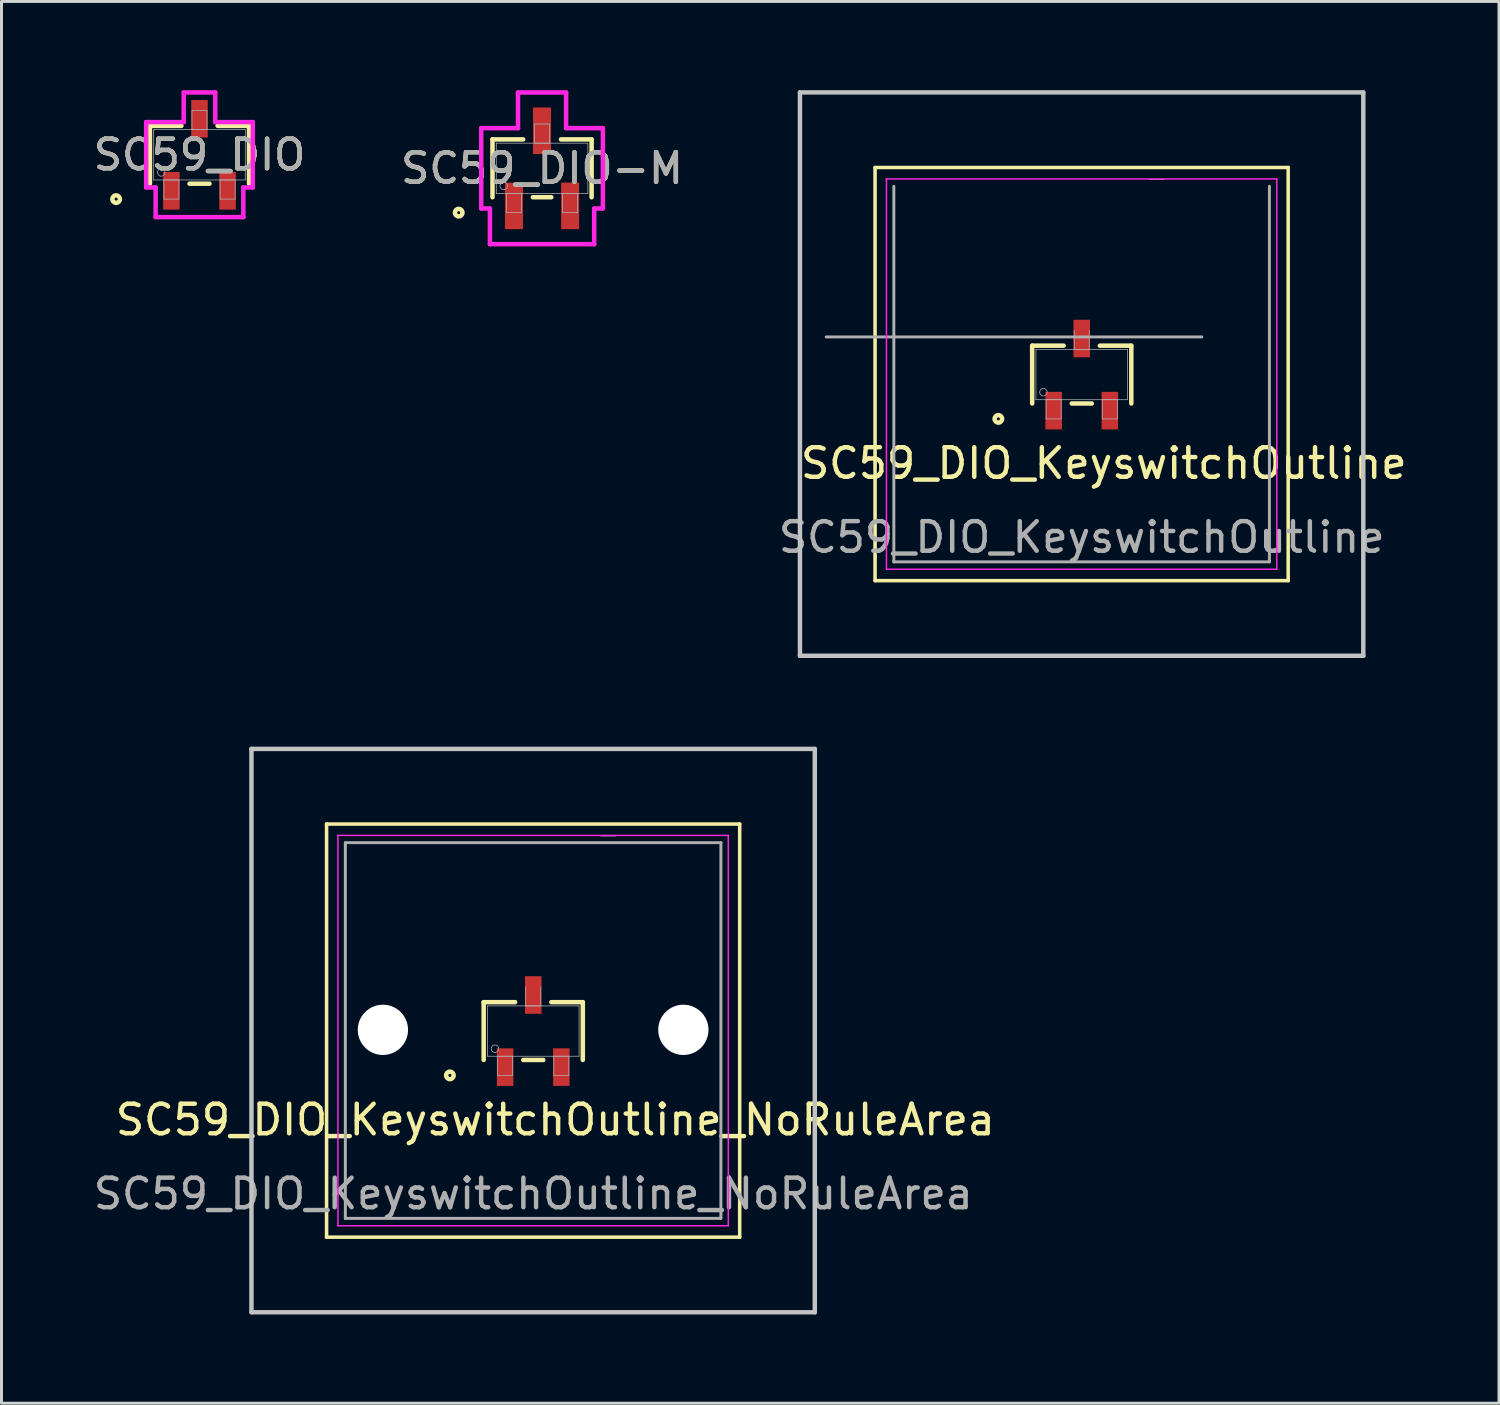
<source format=kicad_pcb>
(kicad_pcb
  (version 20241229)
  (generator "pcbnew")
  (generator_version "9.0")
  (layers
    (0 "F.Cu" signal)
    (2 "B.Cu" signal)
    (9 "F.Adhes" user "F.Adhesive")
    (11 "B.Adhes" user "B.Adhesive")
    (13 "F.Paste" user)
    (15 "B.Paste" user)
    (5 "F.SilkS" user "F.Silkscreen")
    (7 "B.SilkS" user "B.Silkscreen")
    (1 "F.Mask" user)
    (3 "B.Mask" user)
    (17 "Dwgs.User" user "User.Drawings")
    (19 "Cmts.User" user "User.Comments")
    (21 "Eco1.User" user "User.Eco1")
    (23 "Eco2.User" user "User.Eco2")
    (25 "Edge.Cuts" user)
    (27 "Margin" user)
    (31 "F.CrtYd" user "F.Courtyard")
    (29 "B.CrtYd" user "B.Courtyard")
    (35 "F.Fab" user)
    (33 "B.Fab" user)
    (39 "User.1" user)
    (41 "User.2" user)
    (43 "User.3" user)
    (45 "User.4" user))
  (footprint "SC59_DIO"
    (layer "F.Cu")
    (at 3.696 2.184)
    (property "Reference" "SC59_DIO" (at 0 0 0) (unlocked yes) (layer "F.SilkS") (effects (font (size 1 1) (thickness 0.15))))
    (attr smd)
    (fp_line (start -1.676 -0.978) (end -1.676 0.978) (stroke (width 0.152) (type solid)) (layer "F.SilkS"))
    (fp_line (start -0.612 -0.978) (end -1.676 -0.978) (stroke (width 0.152) (type solid)) (layer "F.SilkS"))
    (fp_line (start -0.338 0.978) (end 0.338 0.978) (stroke (width 0.152) (type solid)) (layer "F.SilkS"))
    (fp_line (start 1.676 -0.978) (end 0.612 -0.978) (stroke (width 0.152) (type solid)) (layer "F.SilkS"))
    (fp_line (start 1.676 0.978) (end 1.676 -0.978) (stroke (width 0.152) (type solid)) (layer "F.SilkS"))
    (fp_circle (center -2.819 1.499) (end -2.692 1.499) (stroke (width 0.152) (type solid)) (fill no) (layer "F.SilkS"))
    (fp_line (start -1.803 -1.105) (end -0.533 -1.105) (stroke (width 0.152) (type solid)) (layer "F.CrtYd"))
    (fp_line (start -1.803 1.105) (end -1.803 -1.105) (stroke (width 0.152) (type solid)) (layer "F.CrtYd"))
    (fp_line (start -1.803 1.105) (end -1.483 1.105) (stroke (width 0.152) (type solid)) (layer "F.CrtYd"))
    (fp_line (start -1.483 1.105) (end -1.483 2.108) (stroke (width 0.152) (type solid)) (layer "F.CrtYd"))
    (fp_line (start -1.483 2.108) (end 1.483 2.108) (stroke (width 0.152) (type solid)) (layer "F.CrtYd"))
    (fp_line (start -0.533 -2.108) (end 0.533 -2.108) (stroke (width 0.152) (type solid)) (layer "F.CrtYd"))
    (fp_line (start -0.533 -1.105) (end -0.533 -2.108) (stroke (width 0.152) (type solid)) (layer "F.CrtYd"))
    (fp_line (start 0.533 -1.105) (end 0.533 -2.108) (stroke (width 0.152) (type solid)) (layer "F.CrtYd"))
    (fp_line (start 1.483 1.105) (end 1.483 2.108) (stroke (width 0.152) (type solid)) (layer "F.CrtYd"))
    (fp_line (start 1.803 -1.105) (end 0.533 -1.105) (stroke (width 0.152) (type solid)) (layer "F.CrtYd"))
    (fp_line (start 1.803 -1.105) (end 1.803 1.105) (stroke (width 0.152) (type solid)) (layer "F.CrtYd"))
    (fp_line (start 1.803 1.105) (end 1.483 1.105) (stroke (width 0.152) (type solid)) (layer "F.CrtYd"))
    (fp_line (start -1.549 -0.851) (end -1.549 0.851) (stroke (width 0.025) (type solid)) (layer "F.Fab"))
    (fp_line (start -1.549 0.851) (end 1.549 0.851) (stroke (width 0.025) (type solid)) (layer "F.Fab"))
    (fp_line (start -1.204 0.851) (end -1.204 1.499) (stroke (width 0.025) (type solid)) (layer "F.Fab"))
    (fp_line (start -1.204 1.499) (end -0.696 1.499) (stroke (width 0.025) (type solid)) (layer "F.Fab"))
    (fp_line (start -0.696 0.851) (end -1.204 0.851) (stroke (width 0.025) (type solid)) (layer "F.Fab"))
    (fp_line (start -0.696 1.499) (end -0.696 0.851) (stroke (width 0.025) (type solid)) (layer "F.Fab"))
    (fp_line (start -0.254 -1.499) (end -0.254 -0.851) (stroke (width 0.025) (type solid)) (layer "F.Fab"))
    (fp_line (start -0.254 -0.851) (end 0.254 -0.851) (stroke (width 0.025) (type solid)) (layer "F.Fab"))
    (fp_line (start 0.254 -1.499) (end -0.254 -1.499) (stroke (width 0.025) (type solid)) (layer "F.Fab"))
    (fp_line (start 0.254 -0.851) (end 0.254 -1.499) (stroke (width 0.025) (type solid)) (layer "F.Fab"))
    (fp_line (start 0.696 0.851) (end 0.696 1.499) (stroke (width 0.025) (type solid)) (layer "F.Fab"))
    (fp_line (start 0.696 1.499) (end 1.204 1.499) (stroke (width 0.025) (type solid)) (layer "F.Fab"))
    (fp_line (start 1.204 0.851) (end 0.696 0.851) (stroke (width 0.025) (type solid)) (layer "F.Fab"))
    (fp_line (start 1.204 1.499) (end 1.204 0.851) (stroke (width 0.025) (type solid)) (layer "F.Fab"))
    (fp_line (start 1.549 -0.851) (end -1.549 -0.851) (stroke (width 0.025) (type solid)) (layer "F.Fab"))
    (fp_line (start 1.549 0.851) (end 1.549 -0.851) (stroke (width 0.025) (type solid)) (layer "F.Fab"))
    (fp_circle (center -1.295 0.597) (end -1.168 0.597) (stroke (width 0.025) (type solid)) (fill no) (layer "F.Fab"))
    (fp_text user "${REFERENCE}" (at 0 0 0) (unlocked yes) (layer "F.Fab") (effects (font (size 1 1) (thickness 0.15))))
    (pad "1" smd rect (at -0.95 1.219) (size 0.559 1.27) (layers "F.Cu" "F.Mask" "F.Paste"))
    (pad "2" smd rect (at 0.95 1.219) (size 0.559 1.27) (layers "F.Cu" "F.Mask" "F.Paste"))
    (pad "3" smd rect (at 0 -1.219) (size 0.559 1.27) (layers "F.Cu" "F.Mask" "F.Paste")))
  (footprint "SC59_DIO-M"
    (layer "F.Cu")
    (at 15.28 2.642)
    (property "Reference" "SC59_DIO-M" (at 0 0 0) (unlocked yes) (layer "F.SilkS") (effects (font (size 1 1) (thickness 0.15))))
    (attr smd)
    (fp_line (start -1.676 -0.978) (end -1.676 0.978) (stroke (width 0.152) (type solid)) (layer "F.SilkS"))
    (fp_line (start -0.638 -0.978) (end -1.676 -0.978) (stroke (width 0.152) (type solid)) (layer "F.SilkS"))
    (fp_line (start -0.312 0.978) (end 0.312 0.978) (stroke (width 0.152) (type solid)) (layer "F.SilkS"))
    (fp_line (start 1.676 -0.978) (end 0.638 -0.978) (stroke (width 0.152) (type solid)) (layer "F.SilkS"))
    (fp_line (start 1.676 0.978) (end 1.676 -0.978) (stroke (width 0.152) (type solid)) (layer "F.SilkS"))
    (fp_circle (center -2.819 1.499) (end -2.692 1.499) (stroke (width 0.152) (type solid)) (fill no) (layer "F.SilkS"))
    (fp_line (start -2.057 -1.359) (end -0.813 -1.359) (stroke (width 0.152) (type solid)) (layer "F.CrtYd"))
    (fp_line (start -2.057 1.359) (end -2.057 -1.359) (stroke (width 0.152) (type solid)) (layer "F.CrtYd"))
    (fp_line (start -2.057 1.359) (end -1.763 1.359) (stroke (width 0.152) (type solid)) (layer "F.CrtYd"))
    (fp_line (start -1.763 1.359) (end -1.763 2.565) (stroke (width 0.152) (type solid)) (layer "F.CrtYd"))
    (fp_line (start -1.763 2.565) (end 1.763 2.565) (stroke (width 0.152) (type solid)) (layer "F.CrtYd"))
    (fp_line (start -0.813 -2.565) (end 0.813 -2.565) (stroke (width 0.152) (type solid)) (layer "F.CrtYd"))
    (fp_line (start -0.813 -1.359) (end -0.813 -2.565) (stroke (width 0.152) (type solid)) (layer "F.CrtYd"))
    (fp_line (start 0.813 -1.359) (end 0.813 -2.565) (stroke (width 0.152) (type solid)) (layer "F.CrtYd"))
    (fp_line (start 1.763 1.359) (end 1.763 2.565) (stroke (width 0.152) (type solid)) (layer "F.CrtYd"))
    (fp_line (start 2.057 -1.359) (end 0.813 -1.359) (stroke (width 0.152) (type solid)) (layer "F.CrtYd"))
    (fp_line (start 2.057 -1.359) (end 2.057 1.359) (stroke (width 0.152) (type solid)) (layer "F.CrtYd"))
    (fp_line (start 2.057 1.359) (end 1.763 1.359) (stroke (width 0.152) (type solid)) (layer "F.CrtYd"))
    (fp_line (start -1.549 -0.851) (end -1.549 0.851) (stroke (width 0.025) (type solid)) (layer "F.Fab"))
    (fp_line (start -1.549 0.851) (end 1.549 0.851) (stroke (width 0.025) (type solid)) (layer "F.Fab"))
    (fp_line (start -1.204 0.851) (end -1.204 1.499) (stroke (width 0.025) (type solid)) (layer "F.Fab"))
    (fp_line (start -1.204 1.499) (end -0.696 1.499) (stroke (width 0.025) (type solid)) (layer "F.Fab"))
    (fp_line (start -0.696 0.851) (end -1.204 0.851) (stroke (width 0.025) (type solid)) (layer "F.Fab"))
    (fp_line (start -0.696 1.499) (end -0.696 0.851) (stroke (width 0.025) (type solid)) (layer "F.Fab"))
    (fp_line (start -0.254 -1.499) (end -0.254 -0.851) (stroke (width 0.025) (type solid)) (layer "F.Fab"))
    (fp_line (start -0.254 -0.851) (end 0.254 -0.851) (stroke (width 0.025) (type solid)) (layer "F.Fab"))
    (fp_line (start 0.254 -1.499) (end -0.254 -1.499) (stroke (width 0.025) (type solid)) (layer "F.Fab"))
    (fp_line (start 0.254 -0.851) (end 0.254 -1.499) (stroke (width 0.025) (type solid)) (layer "F.Fab"))
    (fp_line (start 0.696 0.851) (end 0.696 1.499) (stroke (width 0.025) (type solid)) (layer "F.Fab"))
    (fp_line (start 0.696 1.499) (end 1.204 1.499) (stroke (width 0.025) (type solid)) (layer "F.Fab"))
    (fp_line (start 1.204 0.851) (end 0.696 0.851) (stroke (width 0.025) (type solid)) (layer "F.Fab"))
    (fp_line (start 1.204 1.499) (end 1.204 0.851) (stroke (width 0.025) (type solid)) (layer "F.Fab"))
    (fp_line (start 1.549 -0.851) (end -1.549 -0.851) (stroke (width 0.025) (type solid)) (layer "F.Fab"))
    (fp_line (start 1.549 0.851) (end 1.549 -0.851) (stroke (width 0.025) (type solid)) (layer "F.Fab"))
    (fp_circle (center -1.295 0.597) (end -1.168 0.597) (stroke (width 0.025) (type solid)) (fill no) (layer "F.Fab"))
    (fp_text user "${REFERENCE}" (at 0 0 0) (unlocked yes) (layer "F.Fab") (effects (font (size 1 1) (thickness 0.15))))
    (pad "1" smd rect (at -0.95 1.27) (size 0.61 1.575) (layers "F.Cu" "F.Mask" "F.Paste"))
    (pad "2" smd rect (at 0.95 1.27) (size 0.61 1.575) (layers "F.Cu" "F.Mask" "F.Paste"))
    (pad "3" smd rect (at 0 -1.27) (size 0.61 1.575) (layers "F.Cu" "F.Mask" "F.Paste")))
  (footprint "SC59_DIO_KeyswitchOutline"
    (layer "F.Cu")
    (at 33.501 9.575)
    (property "Reference" "SC59_DIO_KeyswitchOutline" (at 0.775 3.043 0) (unlocked yes) (layer "F.SilkS") (effects (font (size 1 1) (thickness 0.15))))
    (attr smd)
    (fp_line (start -6.96 -6.96) (end 7.01 -6.96) (stroke (width 0.12) (type solid)) (layer "F.SilkS"))
    (fp_line (start -6.96 7.01) (end -6.96 -6.96) (stroke (width 0.12) (type solid)) (layer "F.SilkS"))
    (fp_line (start -1.647 -0.936) (end -1.647 1.019) (stroke (width 0.152) (type solid)) (layer "F.SilkS"))
    (fp_line (start -0.583 -0.936) (end -1.647 -0.936) (stroke (width 0.152) (type solid)) (layer "F.SilkS"))
    (fp_line (start -0.309 1.019) (end 0.367 1.019) (stroke (width 0.152) (type solid)) (layer "F.SilkS"))
    (fp_line (start 1.705 -0.936) (end 0.641 -0.936) (stroke (width 0.152) (type solid)) (layer "F.SilkS"))
    (fp_line (start 1.705 1.019) (end 1.705 -0.936) (stroke (width 0.152) (type solid)) (layer "F.SilkS"))
    (fp_line (start 7.01 -6.96) (end 7.01 7.01) (stroke (width 0.12) (type solid)) (layer "F.SilkS"))
    (fp_line (start 7.01 7.01) (end -6.96 7.01) (stroke (width 0.12) (type solid)) (layer "F.SilkS"))
    (fp_circle (center -2.79 1.54) (end -2.663 1.54) (stroke (width 0.152) (type solid)) (fill no) (layer "F.SilkS"))
    (fp_line (start -9.5 -9.5) (end 9.55 -9.5) (stroke (width 0.15) (type solid)) (layer "Dwgs.User"))
    (fp_line (start -9.5 9.55) (end -9.5 -9.5) (stroke (width 0.15) (type solid)) (layer "Dwgs.User"))
    (fp_line (start 9.55 -9.5) (end 9.55 9.55) (stroke (width 0.15) (type solid)) (layer "Dwgs.User"))
    (fp_line (start 9.55 9.55) (end -9.5 9.55) (stroke (width 0.15) (type solid)) (layer "Dwgs.User"))
    (fp_line (start -6.575 -6.575) (end 6.625 -6.575) (stroke (width 0.05) (type solid)) (layer "F.CrtYd"))
    (fp_line (start -6.575 6.625) (end -6.575 -6.575) (stroke (width 0.05) (type solid)) (layer "F.CrtYd"))
    (fp_line (start 6.625 -6.575) (end 6.625 6.625) (stroke (width 0.05) (type solid)) (layer "F.CrtYd"))
    (fp_line (start 6.625 6.625) (end -6.575 6.625) (stroke (width 0.05) (type solid)) (layer "F.CrtYd"))
    (fp_line (start -8.611 -1.231) (end 4.089 -1.231) (stroke (width 0.1) (type solid)) (layer "F.Fab"))
    (fp_line (start -6.325 6.375) (end -6.325 -6.325) (stroke (width 0.1) (type solid)) (layer "F.Fab"))
    (fp_line (start -1.52 -0.809) (end -1.52 0.892) (stroke (width 0.025) (type solid)) (layer "F.Fab"))
    (fp_line (start -1.52 0.892) (end 1.578 0.892) (stroke (width 0.025) (type solid)) (layer "F.Fab"))
    (fp_line (start -1.175 0.892) (end -1.175 1.54) (stroke (width 0.025) (type solid)) (layer "F.Fab"))
    (fp_line (start -1.175 1.54) (end -0.667 1.54) (stroke (width 0.025) (type solid)) (layer "F.Fab"))
    (fp_line (start -0.667 0.892) (end -1.175 0.892) (stroke (width 0.025) (type solid)) (layer "F.Fab"))
    (fp_line (start -0.667 1.54) (end -0.667 0.892) (stroke (width 0.025) (type solid)) (layer "F.Fab"))
    (fp_line (start -0.225 -1.457) (end -0.225 -0.809) (stroke (width 0.025) (type solid)) (layer "F.Fab"))
    (fp_line (start -0.225 -0.809) (end 0.283 -0.809) (stroke (width 0.025) (type solid)) (layer "F.Fab"))
    (fp_line (start 0.283 -0.809) (end 0.283 -1.457) (stroke (width 0.025) (type solid)) (layer "F.Fab"))
    (fp_line (start 0.725 0.892) (end 0.725 1.54) (stroke (width 0.025) (type solid)) (layer "F.Fab"))
    (fp_line (start 0.725 1.54) (end 1.233 1.54) (stroke (width 0.025) (type solid)) (layer "F.Fab"))
    (fp_line (start 1.233 0.892) (end 0.725 0.892) (stroke (width 0.025) (type solid)) (layer "F.Fab"))
    (fp_line (start 1.233 1.54) (end 1.233 0.892) (stroke (width 0.025) (type solid)) (layer "F.Fab"))
    (fp_line (start 1.578 -0.809) (end -1.52 -0.809) (stroke (width 0.025) (type solid)) (layer "F.Fab"))
    (fp_line (start 1.578 0.892) (end 1.578 -0.809) (stroke (width 0.025) (type solid)) (layer "F.Fab"))
    (fp_line (start 2.819 -6.554) (end 2.311 -6.554) (stroke (width 0.025) (type solid)) (layer "F.Fab"))
    (fp_line (start 6.375 -6.325) (end 6.375 6.375) (stroke (width 0.1) (type solid)) (layer "F.Fab"))
    (fp_line (start 6.375 6.375) (end -6.325 6.375) (stroke (width 0.1) (type solid)) (layer "F.Fab"))
    (fp_circle (center -1.266 0.638) (end -1.139 0.638) (stroke (width 0.025) (type solid)) (fill no) (layer "F.Fab"))
    (fp_text user "${REFERENCE}" (at 0.029 5.543 0) (unlocked yes) (layer "F.Fab") (effects (font (size 1 1) (thickness 0.15))))
    (pad "1" smd rect (at -0.921 1.261) (size 0.559 1.27) (layers "F.Cu" "F.Mask" "F.Paste"))
    (pad "2" smd rect (at 0.979 1.261) (size 0.559 1.27) (layers "F.Cu" "F.Mask" "F.Paste"))
    (pad "3" smd rect (at 0.029 -1.178) (size 0.559 1.27) (layers "F.Cu" "F.Mask" "F.Paste")))
  (footprint "SC59_DIO_KeyswitchOutline_NoRuleArea"
    (layer "F.Cu")
    (at 14.953 31.775)
    (property "Reference" "SC59_DIO_KeyswitchOutline_NoRuleArea" (at 0.775 3.043 0) (unlocked yes) (layer "F.SilkS") (effects (font (size 1 1) (thickness 0.15))))
    (attr smd)
    (fp_line (start -6.96 -6.96) (end 7.01 -6.96) (stroke (width 0.12) (type solid)) (layer "F.SilkS"))
    (fp_line (start -6.96 7.01) (end -6.96 -6.96) (stroke (width 0.12) (type solid)) (layer "F.SilkS"))
    (fp_line (start -1.647 -0.936) (end -1.647 1.019) (stroke (width 0.152) (type solid)) (layer "F.SilkS"))
    (fp_line (start -0.583 -0.936) (end -1.647 -0.936) (stroke (width 0.152) (type solid)) (layer "F.SilkS"))
    (fp_line (start -0.309 1.019) (end 0.367 1.019) (stroke (width 0.152) (type solid)) (layer "F.SilkS"))
    (fp_line (start 1.705 -0.936) (end 0.641 -0.936) (stroke (width 0.152) (type solid)) (layer "F.SilkS"))
    (fp_line (start 1.705 1.019) (end 1.705 -0.936) (stroke (width 0.152) (type solid)) (layer "F.SilkS"))
    (fp_line (start 7.01 -6.96) (end 7.01 7.01) (stroke (width 0.12) (type solid)) (layer "F.SilkS"))
    (fp_line (start 7.01 7.01) (end -6.96 7.01) (stroke (width 0.12) (type solid)) (layer "F.SilkS"))
    (fp_circle (center -2.79 1.54) (end -2.663 1.54) (stroke (width 0.152) (type solid)) (fill no) (layer "F.SilkS"))
    (fp_line (start -9.5 -9.5) (end 9.55 -9.5) (stroke (width 0.15) (type solid)) (layer "Dwgs.User"))
    (fp_line (start -9.5 9.55) (end -9.5 -9.5) (stroke (width 0.15) (type solid)) (layer "Dwgs.User"))
    (fp_line (start 9.55 -9.5) (end 9.55 9.55) (stroke (width 0.15) (type solid)) (layer "Dwgs.User"))
    (fp_line (start 9.55 9.55) (end -9.5 9.55) (stroke (width 0.15) (type solid)) (layer "Dwgs.User"))
    (fp_line (start -6.575 -6.575) (end 6.625 -6.575) (stroke (width 0.05) (type solid)) (layer "F.CrtYd"))
    (fp_line (start -6.575 6.625) (end -6.575 -6.575) (stroke (width 0.05) (type solid)) (layer "F.CrtYd"))
    (fp_line (start 6.625 -6.575) (end 6.625 6.625) (stroke (width 0.05) (type solid)) (layer "F.CrtYd"))
    (fp_line (start 6.625 6.625) (end -6.575 6.625) (stroke (width 0.05) (type solid)) (layer "F.CrtYd"))
    (fp_line (start -6.325 6.375) (end -6.325 -6.325) (stroke (width 0.1) (type solid)) (layer "F.Fab"))
    (fp_line (start -6.32 -6.33) (end 6.38 -6.33) (stroke (width 0.1) (type solid)) (layer "F.Fab"))
    (fp_line (start -1.52 -0.809) (end -1.52 0.892) (stroke (width 0.025) (type solid)) (layer "F.Fab"))
    (fp_line (start -1.52 0.892) (end 1.578 0.892) (stroke (width 0.025) (type solid)) (layer "F.Fab"))
    (fp_line (start -1.175 0.892) (end -1.175 1.54) (stroke (width 0.025) (type solid)) (layer "F.Fab"))
    (fp_line (start -1.175 1.54) (end -0.667 1.54) (stroke (width 0.025) (type solid)) (layer "F.Fab"))
    (fp_line (start -0.667 0.892) (end -1.175 0.892) (stroke (width 0.025) (type solid)) (layer "F.Fab"))
    (fp_line (start -0.667 1.54) (end -0.667 0.892) (stroke (width 0.025) (type solid)) (layer "F.Fab"))
    (fp_line (start -0.225 -1.457) (end -0.225 -0.809) (stroke (width 0.025) (type solid)) (layer "F.Fab"))
    (fp_line (start -0.225 -0.809) (end 0.283 -0.809) (stroke (width 0.025) (type solid)) (layer "F.Fab"))
    (fp_line (start 0.283 -0.809) (end 0.283 -1.457) (stroke (width 0.025) (type solid)) (layer "F.Fab"))
    (fp_line (start 0.725 0.892) (end 0.725 1.54) (stroke (width 0.025) (type solid)) (layer "F.Fab"))
    (fp_line (start 0.725 1.54) (end 1.233 1.54) (stroke (width 0.025) (type solid)) (layer "F.Fab"))
    (fp_line (start 1.233 0.892) (end 0.725 0.892) (stroke (width 0.025) (type solid)) (layer "F.Fab"))
    (fp_line (start 1.233 1.54) (end 1.233 0.892) (stroke (width 0.025) (type solid)) (layer "F.Fab"))
    (fp_line (start 1.578 -0.809) (end -1.52 -0.809) (stroke (width 0.025) (type solid)) (layer "F.Fab"))
    (fp_line (start 1.578 0.892) (end 1.578 -0.809) (stroke (width 0.025) (type solid)) (layer "F.Fab"))
    (fp_line (start 2.819 -6.554) (end 2.311 -6.554) (stroke (width 0.025) (type solid)) (layer "F.Fab"))
    (fp_line (start 6.375 -6.325) (end 6.375 6.375) (stroke (width 0.1) (type solid)) (layer "F.Fab"))
    (fp_line (start 6.375 6.375) (end -6.325 6.375) (stroke (width 0.1) (type solid)) (layer "F.Fab"))
    (fp_circle (center -1.266 0.638) (end -1.139 0.638) (stroke (width 0.025) (type solid)) (fill no) (layer "F.Fab"))
    (fp_text user "${REFERENCE}" (at 0.029 5.543 0) (unlocked yes) (layer "F.Fab") (effects (font (size 1 1) (thickness 0.15))))
    (pad "" np_thru_hole circle (at -5.055 0) (size 1.7 1.7) (drill 1.7) (layers "*.Cu" "*.Mask"))
    (pad "" np_thru_hole circle (at 5.105 0) (size 1.7 1.7) (drill 1.7) (layers "*.Cu" "*.Mask"))
    (pad "1" smd rect (at -0.921 1.261) (size 0.559 1.27) (layers "F.Cu" "F.Mask" "F.Paste"))
    (pad "2" smd rect (at 0.979 1.261) (size 0.559 1.27) (layers "F.Cu" "F.Mask" "F.Paste"))
    (pad "3" smd rect (at 0.029 -1.178) (size 0.559 1.27) (layers "F.Cu" "F.Mask" "F.Paste")))
  (gr_rect
    (start -3 -3)
    (end 47.639 44.4)
    (stroke (width 0.1) (type default))
    (fill no)
    (layer "Edge.Cuts")))
</source>
